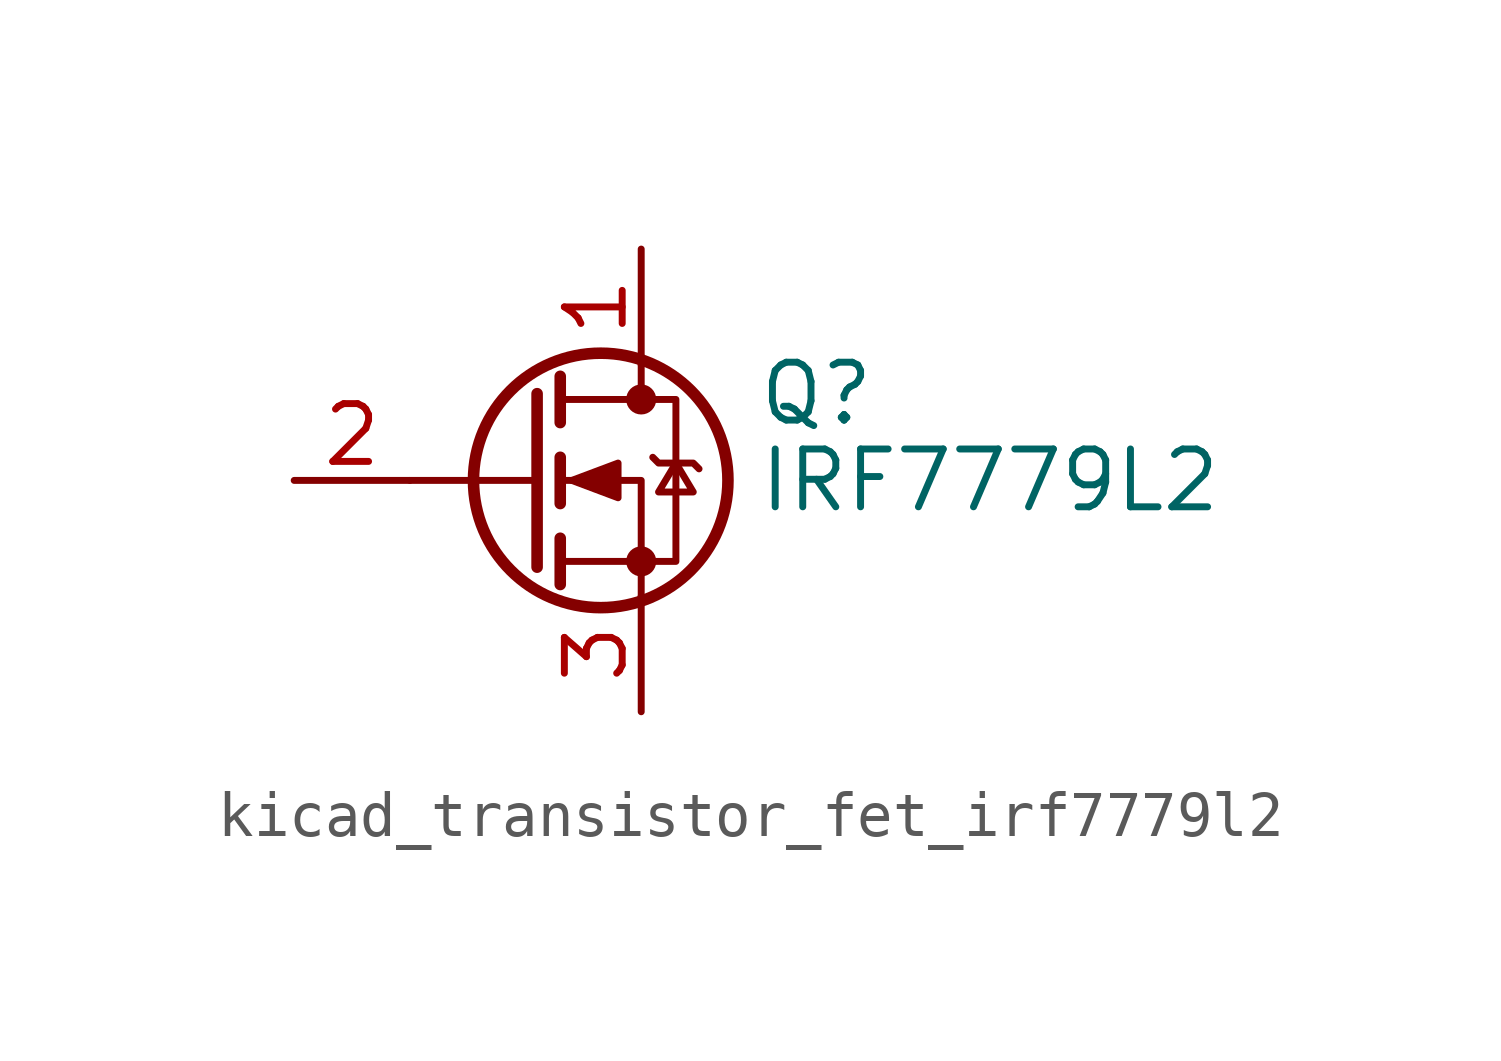
<source format=kicad_sym>
(kicad_symbol_lib
  (version 20220914)
  (generator kicad_symbol_editor)
  (symbol "kicad_transistor_fet_irf7779l2"
    (pin_names hide)
    (property "Reference" "Q"
      (at 5.08 1.905 0)
      (effects (font (size 1.27 1.27)) (justify left)))
    (property "Value" "IRF7779L2"
      (at 5.08 0 0)
      (effects (font (size 1.27 1.27)) (justify left)))
    (symbol "kicad_transistor_fet_irf7779l2_0_1"
      (polyline (pts (xy 0.254 0) (xy -2.54 0)) (stroke (width 0) (type default)) (fill (type none)))
      (polyline (pts (xy 0.254 1.905) (xy 0.254 -1.905)) (stroke (width 0.254) (type default)) (fill (type none)))
      (polyline (pts (xy 0.762 -1.27) (xy 0.762 -2.286)) (stroke (width 0.254) (type default)) (fill (type none)))
      (polyline (pts (xy 0.762 0.508) (xy 0.762 -0.508)) (stroke (width 0.254) (type default)) (fill (type none)))
      (polyline (pts (xy 0.762 2.286) (xy 0.762 1.27)) (stroke (width 0.254) (type default)) (fill (type none)))
      (polyline (pts (xy 2.54 2.54) (xy 2.54 1.778)) (stroke (width 0) (type default)) (fill (type none)))
      (polyline (pts (xy 2.54 -2.54) (xy 2.54 0) (xy 0.762 0)) (stroke (width 0) (type default)) (fill (type none)))
      (polyline (pts (xy 0.762 -1.778) (xy 3.302 -1.778) (xy 3.302 1.778) (xy 0.762 1.778)) (stroke (width 0) (type default)) (fill (type none)))
      (polyline (pts (xy 1.016 0) (xy 2.032 0.381) (xy 2.032 -0.381) (xy 1.016 0)) (stroke (width 0) (type default)) (fill (type outline)))
      (polyline (pts (xy 2.794 0.508) (xy 2.921 0.381) (xy 3.683 0.381) (xy 3.81 0.254)) (stroke (width 0) (type default)) (fill (type none)))
      (polyline (pts (xy 3.302 0.381) (xy 2.921 -0.254) (xy 3.683 -0.254) (xy 3.302 0.381)) (stroke (width 0) (type default)) (fill (type none)))
      (circle (center 1.651 0) (radius 2.794) (stroke (width 0.254) (type default)) (fill (type none)))
      (circle (center 2.54 -1.778) (radius 0.254) (stroke (width 0) (type default)) (fill (type outline)))
      (circle (center 2.54 1.778) (radius 0.254) (stroke (width 0) (type default)) (fill (type outline))))
    (symbol "kicad_transistor_fet_irf7779l2_1_1"
      (pin passive line (at 2.54 5.08 270) (length 2.54) (name "D" (effects (font (size 1.27 1.27)))) (number "1" (effects (font (size 1.27 1.27)))))
      (pin input line (at -5.08 0 0) (length 2.54) (name "G" (effects (font (size 1.27 1.27)))) (number "2" (effects (font (size 1.27 1.27)))))
      (pin passive line (at 2.54 -5.08 90) (length 2.54) (name "S" (effects (font (size 1.27 1.27)))) (number "3" (effects (font (size 1.27 1.27))))))))
</source>
